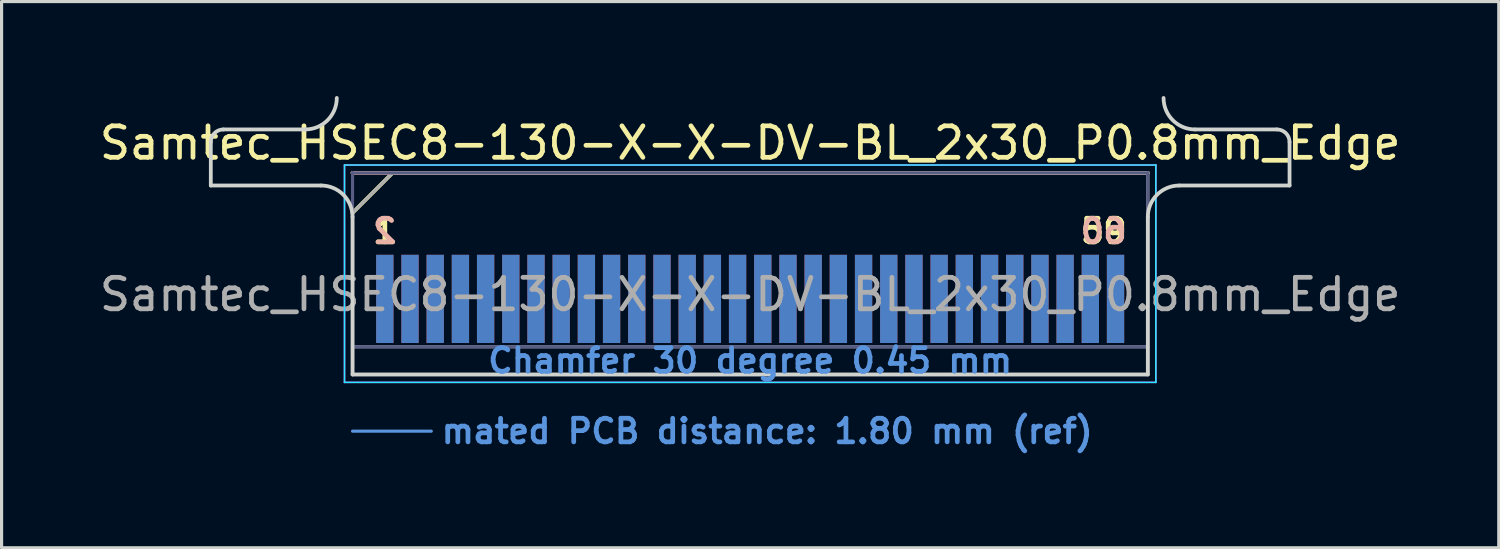
<source format=kicad_pcb>
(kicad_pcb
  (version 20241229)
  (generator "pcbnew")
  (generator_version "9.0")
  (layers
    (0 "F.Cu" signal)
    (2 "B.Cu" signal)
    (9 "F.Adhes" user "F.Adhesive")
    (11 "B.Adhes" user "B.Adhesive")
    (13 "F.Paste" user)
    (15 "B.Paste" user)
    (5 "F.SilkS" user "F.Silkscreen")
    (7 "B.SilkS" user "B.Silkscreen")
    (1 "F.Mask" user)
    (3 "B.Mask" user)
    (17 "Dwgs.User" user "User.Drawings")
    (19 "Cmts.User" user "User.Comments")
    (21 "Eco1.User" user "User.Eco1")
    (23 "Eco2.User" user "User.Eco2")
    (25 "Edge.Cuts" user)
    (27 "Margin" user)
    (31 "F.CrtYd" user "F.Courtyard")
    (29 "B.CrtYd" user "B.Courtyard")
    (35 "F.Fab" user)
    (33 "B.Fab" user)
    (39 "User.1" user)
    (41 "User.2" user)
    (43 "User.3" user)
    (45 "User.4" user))
  (footprint "Samtec_HSEC8-130-X-X-DV-BL_2x30_P0.8mm_Edge"
    (layer "F.Cu")
    (at 20.768 8.84)
    (property "Reference" "Samtec_HSEC8-130-X-X-DV-BL_2x30_P0.8mm_Edge" (at 0 -7.35 0) (layer "F.SilkS") (effects (font (size 1 1) (thickness 0.15))))
    (attr exclude_from_pos_files exclude_from_bom)
    (fp_line (start -12.625 -5.13) (end -11.355 -6.4) (stroke (width 0.12) (type solid)) (layer "F.SilkS"))
    (fp_line (start -11.355 -6.4) (end 12.625 -6.4) (stroke (width 0.12) (type solid)) (layer "F.SilkS"))
    (fp_line (start -12.625 -6.4) (end -12.625 -6.4) (stroke (width 0.12) (type solid)) (layer "B.SilkS"))
    (fp_line (start -12.625 -6.4) (end 12.625 -6.4) (stroke (width 0.12) (type solid)) (layer "B.SilkS"))
    (fp_line (start -12.625 1.8) (end -10.125 1.8) (stroke (width 0.1) (type solid)) (layer "Cmts.User"))
    (fp_line (start -17.125 -6) (end -17.125 -7.38) (stroke (width 0.12) (type solid)) (layer "Edge.Cuts"))
    (fp_line (start -16.725 -7.78) (end -14.125 -7.78) (stroke (width 0.12) (type solid)) (layer "Edge.Cuts"))
    (fp_line (start -13.625 -6) (end -17.125 -6) (stroke (width 0.12) (type solid)) (layer "Edge.Cuts"))
    (fp_line (start -12.625 -5) (end -12.625 0) (stroke (width 0.12) (type solid)) (layer "Edge.Cuts"))
    (fp_line (start -12.625 0) (end 12.625 0) (stroke (width 0.12) (type solid)) (layer "Edge.Cuts"))
    (fp_line (start 12.625 0) (end 12.625 -5) (stroke (width 0.12) (type solid)) (layer "Edge.Cuts"))
    (fp_line (start 13.625 -6) (end 17.125 -6) (stroke (width 0.12) (type solid)) (layer "Edge.Cuts"))
    (fp_line (start 16.725 -7.78) (end 14.125 -7.78) (stroke (width 0.12) (type solid)) (layer "Edge.Cuts"))
    (fp_line (start 17.125 -6) (end 17.125 -7.38) (stroke (width 0.12) (type solid)) (layer "Edge.Cuts"))
    (fp_arc (start -17.125 -7.38) (mid -17.007843 -7.662843) (end -16.725 -7.78) (stroke (width 0.12) (type solid)) (layer "Edge.Cuts"))
    (fp_arc (start -13.625 -6) (mid -12.917893 -5.707107) (end -12.625 -5) (stroke (width 0.12) (type solid)) (layer "Edge.Cuts"))
    (fp_arc (start -13.125 -8.78) (mid -13.417893 -8.072893) (end -14.125 -7.78) (stroke (width 0.12) (type solid)) (layer "Edge.Cuts"))
    (fp_arc (start 12.625 -5) (mid 12.917893 -5.707107) (end 13.625 -6) (stroke (width 0.12) (type solid)) (layer "Edge.Cuts"))
    (fp_arc (start 14.125 -7.78) (mid 13.417893 -8.072893) (end 13.125 -8.78) (stroke (width 0.12) (type solid)) (layer "Edge.Cuts"))
    (fp_arc (start 16.725 -7.78) (mid 17.007843 -7.662843) (end 17.125 -7.38) (stroke (width 0.12) (type solid)) (layer "Edge.Cuts"))
    (fp_line (start -12.88 -6.65) (end -12.88 0.25) (stroke (width 0.05) (type solid)) (layer "B.CrtYd"))
    (fp_line (start -12.88 0.25) (end 12.88 0.25) (stroke (width 0.05) (type solid)) (layer "B.CrtYd"))
    (fp_line (start 12.88 -6.65) (end -12.88 -6.65) (stroke (width 0.05) (type solid)) (layer "B.CrtYd"))
    (fp_line (start 12.88 0.25) (end 12.88 -6.65) (stroke (width 0.05) (type solid)) (layer "B.CrtYd"))
    (fp_line (start -12.88 -6.65) (end -12.88 0.25) (stroke (width 0.05) (type solid)) (layer "F.CrtYd"))
    (fp_line (start -12.88 0.25) (end 12.88 0.25) (stroke (width 0.05) (type solid)) (layer "F.CrtYd"))
    (fp_line (start 12.88 -6.65) (end -12.88 -6.65) (stroke (width 0.05) (type solid)) (layer "F.CrtYd"))
    (fp_line (start 12.88 0.25) (end 12.88 -6.65) (stroke (width 0.05) (type solid)) (layer "F.CrtYd"))
    (fp_line (start -12.625 -6.4) (end -12.625 -6.4) (stroke (width 0.1) (type solid)) (layer "B.Fab"))
    (fp_line (start -12.625 -6.4) (end -12.625 0) (stroke (width 0.1) (type solid)) (layer "B.Fab"))
    (fp_line (start -12.625 -6.4) (end 12.625 -6.4) (stroke (width 0.1) (type solid)) (layer "B.Fab"))
    (fp_line (start -12.625 -0.88) (end 12.625 -0.88) (stroke (width 0.1) (type solid)) (layer "B.Fab"))
    (fp_line (start -12.625 0) (end 12.625 0) (stroke (width 0.1) (type solid)) (layer "B.Fab"))
    (fp_line (start 12.625 -6.4) (end 12.625 0) (stroke (width 0.1) (type solid)) (layer "B.Fab"))
    (fp_line (start -12.625 -5.13) (end -12.625 0) (stroke (width 0.1) (type solid)) (layer "F.Fab"))
    (fp_line (start -12.625 -5.13) (end -11.355 -6.4) (stroke (width 0.1) (type solid)) (layer "F.Fab"))
    (fp_line (start -12.625 -0.88) (end 12.625 -0.88) (stroke (width 0.1) (type solid)) (layer "F.Fab"))
    (fp_line (start -12.625 0) (end 12.625 0) (stroke (width 0.1) (type solid)) (layer "F.Fab"))
    (fp_line (start -11.355 -6.4) (end 12.625 -6.4) (stroke (width 0.1) (type solid)) (layer "F.Fab"))
    (fp_line (start 12.625 -6.4) (end 12.625 0) (stroke (width 0.1) (type solid)) (layer "F.Fab"))
    (fp_text user "59" (at 11.225 -4.55 0) (layer "F.SilkS") (effects (font (size 0.75 0.75) (thickness 0.15))))
    (fp_text user "1" (at -11.6 -4.55 0) (layer "F.SilkS") (effects (font (size 0.75 0.75) (thickness 0.15))))
    (fp_text user "2" (at -11.6 -4.55 0) (layer "B.SilkS") (effects (font (size 0.75 0.75) (thickness 0.15)) (justify mirror)))
    (fp_text user "60" (at 11.225 -4.55 0) (layer "B.SilkS") (effects (font (size 0.75 0.75) (thickness 0.15)) (justify mirror)))
    (fp_text user "Chamfer 30 degree 0.45 mm" (at 0 -0.44 0) (layer "Cmts.User") (effects (font (size 0.75 0.75) (thickness 0.15))))
    (fp_text user "mated PCB distance: 1.80 mm (ref)" (at -9.88 1.8 0) (layer "Cmts.User") (effects (font (size 0.75 0.75) (thickness 0.15)) (justify left)))
    (fp_text user "${REFERENCE}" (at 0 -2.54 0) (layer "F.Fab") (effects (font (size 1 1) (thickness 0.15))))
    (pad "1" connect rect (at -11.6 -2.4) (size 0.55 2.8) (layers "F.Cu" "F.Mask"))
    (pad "2" connect rect (at -11.6 -2.4) (size 0.55 2.8) (layers "B.Cu" "B.Mask"))
    (pad "3" connect rect (at -10.8 -2.4) (size 0.55 2.8) (layers "F.Cu" "F.Mask"))
    (pad "4" connect rect (at -10.8 -2.4) (size 0.55 2.8) (layers "B.Cu" "B.Mask"))
    (pad "5" connect rect (at -10 -2.4) (size 0.55 2.8) (layers "F.Cu" "F.Mask"))
    (pad "6" connect rect (at -10 -2.4) (size 0.55 2.8) (layers "B.Cu" "B.Mask"))
    (pad "7" connect rect (at -9.2 -2.4) (size 0.55 2.8) (layers "F.Cu" "F.Mask"))
    (pad "8" connect rect (at -9.2 -2.4) (size 0.55 2.8) (layers "B.Cu" "B.Mask"))
    (pad "9" connect rect (at -8.4 -2.4) (size 0.55 2.8) (layers "F.Cu" "F.Mask"))
    (pad "10" connect rect (at -8.4 -2.4) (size 0.55 2.8) (layers "B.Cu" "B.Mask"))
    (pad "11" connect rect (at -7.6 -2.4) (size 0.55 2.8) (layers "F.Cu" "F.Mask"))
    (pad "12" connect rect (at -7.6 -2.4) (size 0.55 2.8) (layers "B.Cu" "B.Mask"))
    (pad "13" connect rect (at -6.8 -2.4) (size 0.55 2.8) (layers "F.Cu" "F.Mask"))
    (pad "14" connect rect (at -6.8 -2.4) (size 0.55 2.8) (layers "B.Cu" "B.Mask"))
    (pad "15" connect rect (at -6 -2.4) (size 0.55 2.8) (layers "F.Cu" "F.Mask"))
    (pad "16" connect rect (at -6 -2.4) (size 0.55 2.8) (layers "B.Cu" "B.Mask"))
    (pad "17" connect rect (at -5.2 -2.4) (size 0.55 2.8) (layers "F.Cu" "F.Mask"))
    (pad "18" connect rect (at -5.2 -2.4) (size 0.55 2.8) (layers "B.Cu" "B.Mask"))
    (pad "19" connect rect (at -4.4 -2.4) (size 0.55 2.8) (layers "F.Cu" "F.Mask"))
    (pad "20" connect rect (at -4.4 -2.4) (size 0.55 2.8) (layers "B.Cu" "B.Mask"))
    (pad "21" connect rect (at -3.6 -2.4) (size 0.55 2.8) (layers "F.Cu" "F.Mask"))
    (pad "22" connect rect (at -3.6 -2.4) (size 0.55 2.8) (layers "B.Cu" "B.Mask"))
    (pad "23" connect rect (at -2.8 -2.4) (size 0.55 2.8) (layers "F.Cu" "F.Mask"))
    (pad "24" connect rect (at -2.8 -2.4) (size 0.55 2.8) (layers "B.Cu" "B.Mask"))
    (pad "25" connect rect (at -2 -2.4) (size 0.55 2.8) (layers "F.Cu" "F.Mask"))
    (pad "26" connect rect (at -2 -2.4) (size 0.55 2.8) (layers "B.Cu" "B.Mask"))
    (pad "27" connect rect (at -1.2 -2.4) (size 0.55 2.8) (layers "F.Cu" "F.Mask"))
    (pad "28" connect rect (at -1.2 -2.4) (size 0.55 2.8) (layers "B.Cu" "B.Mask"))
    (pad "29" connect rect (at -0.4 -2.4) (size 0.55 2.8) (layers "F.Cu" "F.Mask"))
    (pad "30" connect rect (at -0.4 -2.4) (size 0.55 2.8) (layers "B.Cu" "B.Mask"))
    (pad "31" connect rect (at 0.4 -2.4) (size 0.55 2.8) (layers "F.Cu" "F.Mask"))
    (pad "32" connect rect (at 0.4 -2.4) (size 0.55 2.8) (layers "B.Cu" "B.Mask"))
    (pad "33" connect rect (at 1.2 -2.4) (size 0.55 2.8) (layers "F.Cu" "F.Mask"))
    (pad "34" connect rect (at 1.2 -2.4) (size 0.55 2.8) (layers "B.Cu" "B.Mask"))
    (pad "35" connect rect (at 2 -2.4) (size 0.55 2.8) (layers "F.Cu" "F.Mask"))
    (pad "36" connect rect (at 2 -2.4) (size 0.55 2.8) (layers "B.Cu" "B.Mask"))
    (pad "37" connect rect (at 2.8 -2.4) (size 0.55 2.8) (layers "F.Cu" "F.Mask"))
    (pad "38" connect rect (at 2.8 -2.4) (size 0.55 2.8) (layers "B.Cu" "B.Mask"))
    (pad "39" connect rect (at 3.6 -2.4) (size 0.55 2.8) (layers "F.Cu" "F.Mask"))
    (pad "40" connect rect (at 3.6 -2.4) (size 0.55 2.8) (layers "B.Cu" "B.Mask"))
    (pad "41" connect rect (at 4.4 -2.4) (size 0.55 2.8) (layers "F.Cu" "F.Mask"))
    (pad "42" connect rect (at 4.4 -2.4) (size 0.55 2.8) (layers "B.Cu" "B.Mask"))
    (pad "43" connect rect (at 5.2 -2.4) (size 0.55 2.8) (layers "F.Cu" "F.Mask"))
    (pad "44" connect rect (at 5.2 -2.4) (size 0.55 2.8) (layers "B.Cu" "B.Mask"))
    (pad "45" connect rect (at 6 -2.4) (size 0.55 2.8) (layers "F.Cu" "F.Mask"))
    (pad "46" connect rect (at 6 -2.4) (size 0.55 2.8) (layers "B.Cu" "B.Mask"))
    (pad "47" connect rect (at 6.8 -2.4) (size 0.55 2.8) (layers "F.Cu" "F.Mask"))
    (pad "48" connect rect (at 6.8 -2.4) (size 0.55 2.8) (layers "B.Cu" "B.Mask"))
    (pad "49" connect rect (at 7.6 -2.4) (size 0.55 2.8) (layers "F.Cu" "F.Mask"))
    (pad "50" connect rect (at 7.6 -2.4) (size 0.55 2.8) (layers "B.Cu" "B.Mask"))
    (pad "51" connect rect (at 8.4 -2.4) (size 0.55 2.8) (layers "F.Cu" "F.Mask"))
    (pad "52" connect rect (at 8.4 -2.4) (size 0.55 2.8) (layers "B.Cu" "B.Mask"))
    (pad "53" connect rect (at 9.2 -2.4) (size 0.55 2.8) (layers "F.Cu" "F.Mask"))
    (pad "54" connect rect (at 9.2 -2.4) (size 0.55 2.8) (layers "B.Cu" "B.Mask"))
    (pad "55" connect rect (at 10 -2.4) (size 0.55 2.8) (layers "F.Cu" "F.Mask"))
    (pad "56" connect rect (at 10 -2.4) (size 0.55 2.8) (layers "B.Cu" "B.Mask"))
    (pad "57" connect rect (at 10.8 -2.4) (size 0.55 2.8) (layers "F.Cu" "F.Mask"))
    (pad "58" connect rect (at 10.8 -2.4) (size 0.55 2.8) (layers "B.Cu" "B.Mask"))
    (pad "59" connect rect (at 11.6 -2.4) (size 0.55 2.8) (layers "F.Cu" "F.Mask"))
    (pad "60" connect rect (at 11.6 -2.4) (size 0.55 2.8) (layers "B.Cu" "B.Mask")))
  (gr_rect
    (start -3 -3)
    (end 44.536 14.342)
    (stroke (width 0.1) (type default))
    (fill no)
    (layer "Edge.Cuts")))
</source>
